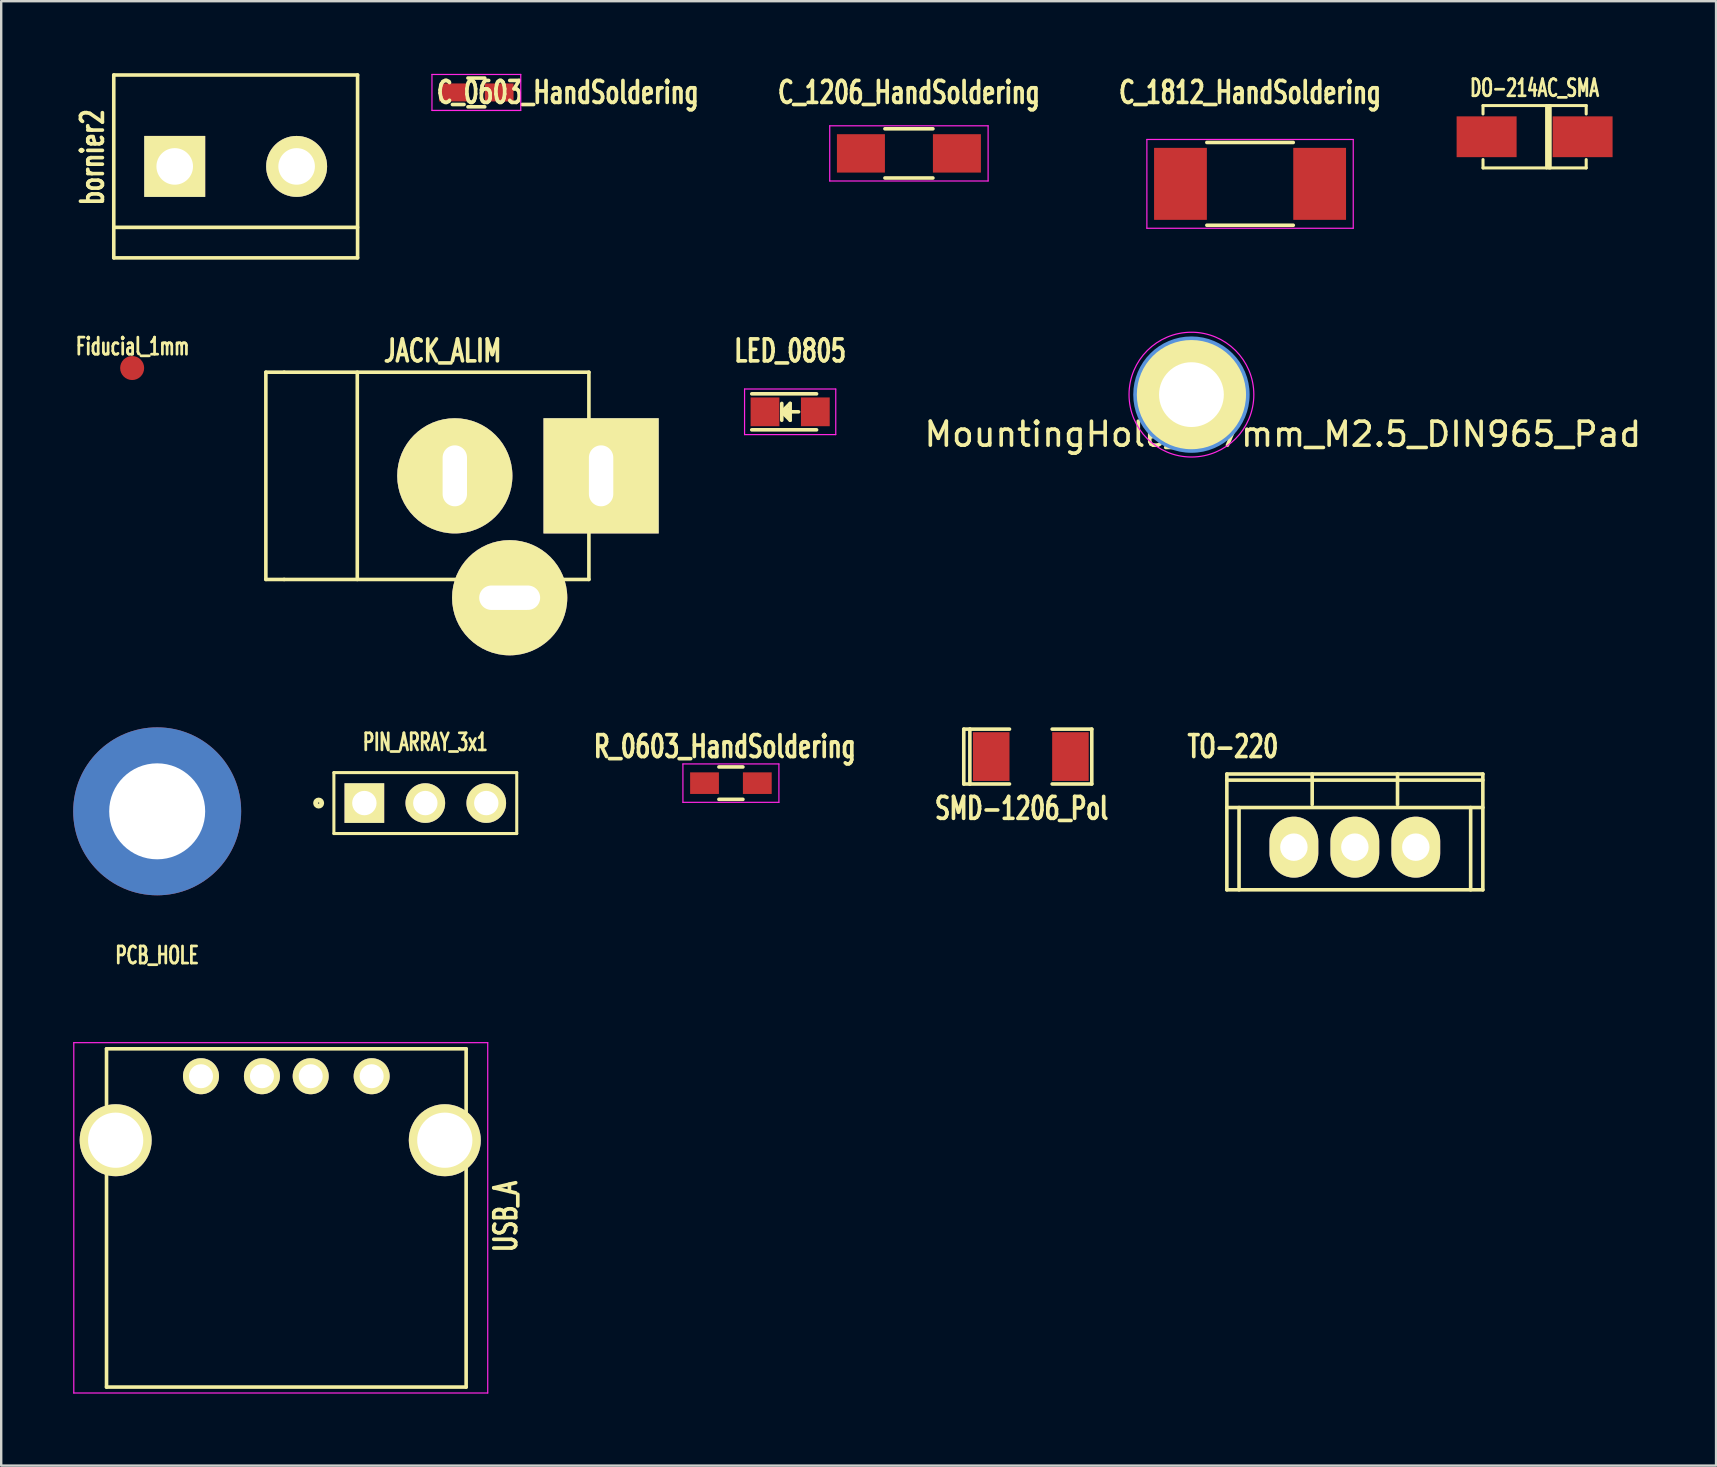
<source format=kicad_pcb>
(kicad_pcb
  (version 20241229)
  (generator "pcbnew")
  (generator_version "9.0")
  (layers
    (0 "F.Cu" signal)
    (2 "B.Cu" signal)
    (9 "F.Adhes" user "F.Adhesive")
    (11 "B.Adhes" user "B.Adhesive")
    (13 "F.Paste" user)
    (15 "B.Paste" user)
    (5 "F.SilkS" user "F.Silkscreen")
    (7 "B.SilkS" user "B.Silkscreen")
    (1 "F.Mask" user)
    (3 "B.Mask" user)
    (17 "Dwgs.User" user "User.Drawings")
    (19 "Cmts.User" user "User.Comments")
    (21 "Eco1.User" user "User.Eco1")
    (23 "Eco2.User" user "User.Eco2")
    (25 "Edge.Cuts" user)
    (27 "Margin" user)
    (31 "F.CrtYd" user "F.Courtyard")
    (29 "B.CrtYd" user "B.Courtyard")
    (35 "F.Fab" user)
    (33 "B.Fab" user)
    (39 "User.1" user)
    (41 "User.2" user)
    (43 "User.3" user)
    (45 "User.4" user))
  (footprint "R_0603_HandSoldering"
    (layer "F.Cu")
    (at 27.409 29.586)
    (property "Reference" "R_0603_HandSoldering" (at -0.254 -1.524 0) (layer "F.SilkS") (effects (font (size 0.914 0.635) (thickness 0.152))))
    (attr smd)
    (fp_line (start -0.5 -0.675) (end 0.5 -0.675) (stroke (width 0.15) (type solid)) (layer "F.SilkS"))
    (fp_line (start 0.5 0.675) (end -0.5 0.675) (stroke (width 0.15) (type solid)) (layer "F.SilkS"))
    (fp_line (start -2 -0.8) (end -2 0.8) (stroke (width 0.05) (type solid)) (layer "F.CrtYd"))
    (fp_line (start -2 -0.8) (end 2 -0.8) (stroke (width 0.05) (type solid)) (layer "F.CrtYd"))
    (fp_line (start -2 0.8) (end 2 0.8) (stroke (width 0.05) (type solid)) (layer "F.CrtYd"))
    (fp_line (start 2 -0.8) (end 2 0.8) (stroke (width 0.05) (type solid)) (layer "F.CrtYd"))
    (pad "1" smd rect (at -1.1 0) (size 1.2 0.9) (layers "F.Cu" "F.Mask" "F.Paste"))
    (pad "2" smd rect (at 1.1 0) (size 1.2 0.9) (layers "F.Cu" "F.Mask" "F.Paste")))
  (footprint "C_0603_HandSoldering"
    (layer "F.Cu")
    (at 16.801 0.802)
    (property "Reference" "C_0603_HandSoldering" (at 3.81 0 0) (layer "F.SilkS") (effects (font (size 0.914 0.635) (thickness 0.152))))
    (attr smd)
    (fp_line (start -0.35 -0.6) (end 0.35 -0.6) (stroke (width 0.15) (type solid)) (layer "F.SilkS"))
    (fp_line (start 0.35 0.6) (end -0.35 0.6) (stroke (width 0.15) (type solid)) (layer "F.SilkS"))
    (fp_line (start -1.85 -0.75) (end -1.85 0.75) (stroke (width 0.05) (type solid)) (layer "F.CrtYd"))
    (fp_line (start -1.85 -0.75) (end 1.85 -0.75) (stroke (width 0.05) (type solid)) (layer "F.CrtYd"))
    (fp_line (start -1.85 0.75) (end 1.85 0.75) (stroke (width 0.05) (type solid)) (layer "F.CrtYd"))
    (fp_line (start 1.85 -0.75) (end 1.85 0.75) (stroke (width 0.05) (type solid)) (layer "F.CrtYd"))
    (pad "1" smd rect (at -0.95 0) (size 1.2 0.75) (layers "F.Cu" "F.Mask" "F.Paste"))
    (pad "2" smd rect (at 0.95 0) (size 1.2 0.75) (layers "F.Cu" "F.Mask" "F.Paste")))
  (footprint "Fiducial_1mm"
    (layer "F.Cu")
    (at 2.457 12.287)
    (property "Reference" "Fiducial_1mm" (at 0.02 -0.9 0) (layer "F.SilkS") (effects (font (size 0.711 0.457) (thickness 0.114))))
    (attr through_hole)
    (pad "1" smd circle (at 0 0) (size 1 1) (layers "F.Cu" "F.Mask")))
  (footprint "LED_0805"
    (layer "F.Cu")
    (at 29.878 14.112)
    (property "Reference" "LED_0805" (at 0 -2.54 0) (layer "F.SilkS") (effects (font (size 0.914 0.635) (thickness 0.152))))
    (attr smd)
    (fp_line (start -1.6 -0.75) (end 1.1 -0.75) (stroke (width 0.15) (type solid)) (layer "F.SilkS"))
    (fp_line (start -1.6 0.75) (end 1.1 0.75) (stroke (width 0.15) (type solid)) (layer "F.SilkS"))
    (fp_line (start -0.35 -0.35) (end -0.35 0.35) (stroke (width 0.15) (type solid)) (layer "F.SilkS"))
    (fp_line (start -0.35 0) (end 0 -0.35) (stroke (width 0.15) (type solid)) (layer "F.SilkS"))
    (fp_line (start -0.1 -0.1) (end -0.25 0.05) (stroke (width 0.15) (type solid)) (layer "F.SilkS"))
    (fp_line (start -0.1 0.15) (end -0.1 -0.1) (stroke (width 0.15) (type solid)) (layer "F.SilkS"))
    (fp_line (start 0 -0.35) (end 0 0.35) (stroke (width 0.15) (type solid)) (layer "F.SilkS"))
    (fp_line (start 0 0) (end 0.35 0) (stroke (width 0.15) (type solid)) (layer "F.SilkS"))
    (fp_line (start 0 0.35) (end -0.35 0) (stroke (width 0.15) (type solid)) (layer "F.SilkS"))
    (fp_line (start -1.9 -0.95) (end 1.9 -0.95) (stroke (width 0.05) (type solid)) (layer "F.CrtYd"))
    (fp_line (start -1.9 0.95) (end -1.9 -0.95) (stroke (width 0.05) (type solid)) (layer "F.CrtYd"))
    (fp_line (start 1.9 -0.95) (end 1.9 0.95) (stroke (width 0.05) (type solid)) (layer "F.CrtYd"))
    (fp_line (start 1.9 0.95) (end -1.9 0.95) (stroke (width 0.05) (type solid)) (layer "F.CrtYd"))
    (pad "1" smd rect (at -1.049 0 180) (size 1.199 1.199) (layers "F.Cu" "F.Mask" "F.Paste"))
    (pad "2" smd rect (at 1.049 0 180) (size 1.199 1.199) (layers "F.Cu" "F.Mask" "F.Paste")))
  (footprint "DO-214AC_SMA"
    (layer "F.Cu")
    (at 60.901 2.649)
    (property "Reference" "DO-214AC_SMA" (at 0 -2.032 0) (layer "F.SilkS") (effects (font (size 0.711 0.457) (thickness 0.114))))
    (attr through_hole)
    (fp_line (start -2.15 -1.3) (end -2.15 -0.95) (stroke (width 0.127) (type solid)) (layer "F.SilkS"))
    (fp_line (start -2.15 -1.3) (end 2.15 -1.3) (stroke (width 0.127) (type solid)) (layer "F.SilkS"))
    (fp_line (start -2.15 1.3) (end -2.15 0.95) (stroke (width 0.127) (type solid)) (layer "F.SilkS"))
    (fp_line (start 0.5 1.3) (end 0.5 -1.3) (stroke (width 0.127) (type solid)) (layer "F.SilkS"))
    (fp_line (start 0.6 -1.3) (end 0.6 1.3) (stroke (width 0.127) (type solid)) (layer "F.SilkS"))
    (fp_line (start 0.65 -1.3) (end 0.65 1.3) (stroke (width 0.127) (type solid)) (layer "F.SilkS"))
    (fp_line (start 2.15 -1.3) (end 2.15 -0.95) (stroke (width 0.127) (type solid)) (layer "F.SilkS"))
    (fp_line (start 2.15 1.3) (end -2.15 1.3) (stroke (width 0.127) (type solid)) (layer "F.SilkS"))
    (fp_line (start 2.15 1.3) (end 2.15 0.95) (stroke (width 0.127) (type solid)) (layer "F.SilkS"))
    (pad "1" smd rect (at -2 0) (size 2.5 1.7) (layers "F.Cu" "F.Mask" "F.Paste"))
    (pad "2" smd rect (at 2 0) (size 2.5 1.7) (layers "F.Cu" "F.Mask" "F.Paste")))
  (footprint "USB_A"
    (layer "F.Cu")
    (at 5.325 41.801)
    (property "Reference" "USB_A" (at 12.7 5.842 90) (layer "F.SilkS") (effects (font (size 0.914 0.635) (thickness 0.152))))
    (attr through_hole)
    (fp_line (start -3.936 12.952) (end -3.936 -1.145) (stroke (width 0.15) (type solid)) (layer "F.SilkS"))
    (fp_line (start 11.05 -1.145) (end -3.936 -1.145) (stroke (width 0.15) (type solid)) (layer "F.SilkS"))
    (fp_line (start 11.05 -1.145) (end 11.05 12.952) (stroke (width 0.15) (type solid)) (layer "F.SilkS"))
    (fp_line (start 11.05 12.952) (end -3.936 12.952) (stroke (width 0.15) (type solid)) (layer "F.SilkS"))
    (fp_line (start -5.3 -1.4) (end 11.95 -1.4) (stroke (width 0.05) (type solid)) (layer "F.CrtYd"))
    (fp_line (start -5.3 13.2) (end -5.3 -1.4) (stroke (width 0.05) (type solid)) (layer "F.CrtYd"))
    (fp_line (start -5.3 13.2) (end 11.95 13.2) (stroke (width 0.05) (type solid)) (layer "F.CrtYd"))
    (fp_line (start 11.95 -1.4) (end 11.95 13.2) (stroke (width 0.05) (type solid)) (layer "F.CrtYd"))
    (pad "1" thru_hole circle (at 0.001 -0.002 270) (size 1.501 1.501) (drill 1.001) (layers "*.Cu" "*.Mask" "F.SilkS"))
    (pad "2" thru_hole circle (at 2.541 -0.002 270) (size 1.501 1.501) (drill 1.001) (layers "*.Cu" "*.Mask" "F.SilkS"))
    (pad "3" thru_hole circle (at 4.573 -0.002 270) (size 1.501 1.501) (drill 1.001) (layers "*.Cu" "*.Mask" "F.SilkS"))
    (pad "4" thru_hole circle (at 7.113 -0.002 270) (size 1.501 1.501) (drill 1.001) (layers "*.Cu" "*.Mask" "F.SilkS"))
    (pad "5" thru_hole circle (at -3.555 2.665 270) (size 3 3) (drill 2.301) (layers "*.Cu" "*.Mask" "F.SilkS"))
    (pad "5" thru_hole circle (at 10.161 2.665 270) (size 3 3) (drill 2.301) (layers "*.Cu" "*.Mask" "F.SilkS")))
  (footprint "TO-220"
    (layer "F.Cu")
    (at 53.41 32.253)
    (property "Reference" "TO-220" (at -5.08 -4.191 0) (layer "F.SilkS") (effects (font (size 0.914 0.635) (thickness 0.152))))
    (attr through_hole)
    (fp_line (start -5.334 -3.048) (end -5.334 1.778) (stroke (width 0.15) (type solid)) (layer "F.SilkS"))
    (fp_line (start -5.334 -1.651) (end 5.334 -1.651) (stroke (width 0.15) (type solid)) (layer "F.SilkS"))
    (fp_line (start -4.826 -1.651) (end -4.826 1.778) (stroke (width 0.15) (type solid)) (layer "F.SilkS"))
    (fp_line (start -1.778 -1.778) (end -1.778 -3.048) (stroke (width 0.15) (type solid)) (layer "F.SilkS"))
    (fp_line (start 1.778 -1.778) (end 1.778 -3.048) (stroke (width 0.15) (type solid)) (layer "F.SilkS"))
    (fp_line (start 4.826 -1.651) (end 4.826 1.778) (stroke (width 0.15) (type solid)) (layer "F.SilkS"))
    (fp_line (start 5.334 -3.048) (end -5.334 -3.048) (stroke (width 0.15) (type solid)) (layer "F.SilkS"))
    (fp_line (start 5.334 -3.048) (end 5.334 1.778) (stroke (width 0.15) (type solid)) (layer "F.SilkS"))
    (fp_line (start 5.334 -2.794) (end -5.334 -2.794) (stroke (width 0.15) (type solid)) (layer "F.SilkS"))
    (fp_line (start 5.334 1.778) (end -5.334 1.778) (stroke (width 0.15) (type solid)) (layer "F.SilkS"))
    (pad "1" thru_hole oval (at -2.54 0) (size 2.032 2.54) (drill 1.143) (layers "*.Cu" "*.Mask" "F.SilkS"))
    (pad "2" thru_hole oval (at 0 0) (size 2.032 2.54) (drill 1.143) (layers "*.Cu" "*.Mask" "F.SilkS"))
    (pad "3" thru_hole oval (at 2.54 0) (size 2.032 2.54) (drill 1.143) (layers "*.Cu" "*.Mask" "F.SilkS")))
  (footprint "JACK_ALIM"
    (layer "F.Cu")
    (at 15.903 16.779)
    (property "Reference" "JACK_ALIM" (at -0.508 -5.207 0) (layer "F.SilkS") (effects (font (size 0.914 0.635) (thickness 0.152))))
    (attr through_hole)
    (fp_line (start -7.874 -4.318) (end -7.874 4.318) (stroke (width 0.15) (type solid)) (layer "F.SilkS"))
    (fp_line (start -7.874 4.318) (end -7.112 4.318) (stroke (width 0.15) (type solid)) (layer "F.SilkS"))
    (fp_line (start -7.112 -4.318) (end -7.874 -4.318) (stroke (width 0.15) (type solid)) (layer "F.SilkS"))
    (fp_line (start -7.112 -4.318) (end 5.588 -4.318) (stroke (width 0.15) (type solid)) (layer "F.SilkS"))
    (fp_line (start -7.112 4.318) (end 5.588 4.318) (stroke (width 0.15) (type solid)) (layer "F.SilkS"))
    (fp_line (start -4.064 -4.318) (end -4.064 4.318) (stroke (width 0.15) (type solid)) (layer "F.SilkS"))
    (fp_line (start 5.588 -4.318) (end 5.588 4.318) (stroke (width 0.15) (type solid)) (layer "F.SilkS"))
    (pad "1" thru_hole rect (at 6.096 0) (size 4.801 4.801) (drill oval 1.016 2.54) (layers "*.Cu" "*.Mask" "F.SilkS"))
    (pad "2" thru_hole circle (at 0 0) (size 4.801 4.801) (drill oval 1.016 2.54) (layers "*.Cu" "*.Mask" "F.SilkS"))
    (pad "3" thru_hole circle (at 2.286 5.08) (size 4.801 4.801) (drill oval 2.54 1.016) (layers "*.Cu" "*.Mask" "F.SilkS")))
  (footprint "bornier2"
    (layer "F.Cu")
    (at 6.771 3.885)
    (property "Reference" "bornier2" (at -5.969 -0.381 90) (layer "F.SilkS") (effects (font (size 0.914 0.635) (thickness 0.152))))
    (attr through_hole)
    (fp_line (start -5.08 -3.81) (end -5.08 3.81) (stroke (width 0.15) (type solid)) (layer "F.SilkS"))
    (fp_line (start -5.08 3.81) (end 5.08 3.81) (stroke (width 0.15) (type solid)) (layer "F.SilkS"))
    (fp_line (start 5.08 -3.81) (end -5.08 -3.81) (stroke (width 0.15) (type solid)) (layer "F.SilkS"))
    (fp_line (start 5.08 2.54) (end -5.08 2.54) (stroke (width 0.15) (type solid)) (layer "F.SilkS"))
    (fp_line (start 5.08 3.81) (end 5.08 -3.81) (stroke (width 0.15) (type solid)) (layer "F.SilkS"))
    (pad "1" thru_hole rect (at -2.54 0) (size 2.54 2.54) (drill 1.524) (layers "*.Cu" "*.Mask" "F.SilkS"))
    (pad "2" thru_hole circle (at 2.54 0) (size 2.54 2.54) (drill 1.524) (layers "*.Cu" "*.Mask" "F.SilkS")))
  (footprint "MountingHole_2.7mm_M2.5_DIN965_Pad"
    (layer "F.Cu")
    (at 46.6 13.395)
    (property "Reference" "MountingHole_2.7mm_M2.5_DIN965_Pad" (at 3.81 1.651 0) (layer "F.SilkS") (effects (font (size 1 1) (thickness 0.15))))
    (attr through_hole)
    (fp_circle (center 0 0) (end 2.35 0) (stroke (width 0.15) (type solid)) (fill no) (layer "Cmts.User"))
    (fp_circle (center 0 0) (end 2.6 0) (stroke (width 0.05) (type solid)) (fill no) (layer "F.CrtYd"))
    (pad "1" thru_hole circle (at 0 0) (size 4.7 4.7) (drill 2.7) (layers "*.Cu" "*.Mask" "F.SilkS")))
  (footprint "SMD-1206_Pol"
    (layer "F.Cu")
    (at 39.907 28.478)
    (property "Reference" "SMD-1206_Pol" (at -0.381 2.159 0) (layer "F.SilkS") (effects (font (size 0.914 0.635) (thickness 0.152))))
    (attr smd)
    (fp_line (start -2.794 -1.143) (end -2.794 1.143) (stroke (width 0.15) (type solid)) (layer "F.SilkS"))
    (fp_line (start -2.794 1.143) (end -2.54 1.143) (stroke (width 0.15) (type solid)) (layer "F.SilkS"))
    (fp_line (start -2.54 -1.143) (end -2.794 -1.143) (stroke (width 0.15) (type solid)) (layer "F.SilkS"))
    (fp_line (start -2.54 -1.143) (end -2.54 1.143) (stroke (width 0.15) (type solid)) (layer "F.SilkS"))
    (fp_line (start -2.54 1.143) (end -0.889 1.143) (stroke (width 0.15) (type solid)) (layer "F.SilkS"))
    (fp_line (start -0.889 -1.143) (end -2.54 -1.143) (stroke (width 0.15) (type solid)) (layer "F.SilkS"))
    (fp_line (start 0.889 -1.143) (end 2.54 -1.143) (stroke (width 0.15) (type solid)) (layer "F.SilkS"))
    (fp_line (start 2.54 -1.143) (end 2.54 1.143) (stroke (width 0.15) (type solid)) (layer "F.SilkS"))
    (fp_line (start 2.54 1.143) (end 0.889 1.143) (stroke (width 0.15) (type solid)) (layer "F.SilkS"))
    (pad "1" smd rect (at -1.651 0) (size 1.524 2.032) (layers "F.Cu" "F.Mask" "F.Paste"))
    (pad "2" smd rect (at 1.651 0) (size 1.524 2.032) (layers "F.Cu" "F.Mask" "F.Paste")))
  (footprint "C_1206_HandSoldering"
    (layer "F.Cu")
    (at 34.827 3.342)
    (property "Reference" "C_1206_HandSoldering" (at 0 -2.54 0) (layer "F.SilkS") (effects (font (size 0.914 0.635) (thickness 0.152))))
    (attr smd)
    (fp_line (start -1 1.025) (end 1 1.025) (stroke (width 0.15) (type solid)) (layer "F.SilkS"))
    (fp_line (start 1 -1.025) (end -1 -1.025) (stroke (width 0.15) (type solid)) (layer "F.SilkS"))
    (fp_line (start -3.3 -1.15) (end -3.3 1.15) (stroke (width 0.05) (type solid)) (layer "F.CrtYd"))
    (fp_line (start -3.3 -1.15) (end 3.3 -1.15) (stroke (width 0.05) (type solid)) (layer "F.CrtYd"))
    (fp_line (start -3.3 1.15) (end 3.3 1.15) (stroke (width 0.05) (type solid)) (layer "F.CrtYd"))
    (fp_line (start 3.3 -1.15) (end 3.3 1.15) (stroke (width 0.05) (type solid)) (layer "F.CrtYd"))
    (pad "1" smd rect (at -2 0) (size 2 1.6) (layers "F.Cu" "F.Mask" "F.Paste"))
    (pad "2" smd rect (at 2 0) (size 2 1.6) (layers "F.Cu" "F.Mask" "F.Paste")))
  (footprint "C_1812_HandSoldering"
    (layer "F.Cu")
    (at 49.043 4.612)
    (property "Reference" "C_1812_HandSoldering" (at 0 -3.81 0) (layer "F.SilkS") (effects (font (size 0.914 0.635) (thickness 0.152))))
    (attr smd)
    (fp_line (start -1.8 1.725) (end 1.8 1.725) (stroke (width 0.15) (type solid)) (layer "F.SilkS"))
    (fp_line (start 1.8 -1.725) (end -1.8 -1.725) (stroke (width 0.15) (type solid)) (layer "F.SilkS"))
    (fp_line (start -4.3 -1.85) (end -4.3 1.85) (stroke (width 0.05) (type solid)) (layer "F.CrtYd"))
    (fp_line (start -4.3 -1.85) (end 4.3 -1.85) (stroke (width 0.05) (type solid)) (layer "F.CrtYd"))
    (fp_line (start -4.3 1.85) (end 4.3 1.85) (stroke (width 0.05) (type solid)) (layer "F.CrtYd"))
    (fp_line (start 4.3 -1.85) (end 4.3 1.85) (stroke (width 0.05) (type solid)) (layer "F.CrtYd"))
    (pad "1" smd rect (at -2.9 0) (size 2.2 3) (layers "F.Cu" "F.Mask" "F.Paste"))
    (pad "2" smd rect (at 2.9 0) (size 2.2 3) (layers "F.Cu" "F.Mask" "F.Paste")))
  (footprint "PCB_HOLE"
    (layer "F.Cu")
    (at 3.5 30.76)
    (property "Reference" "PCB_HOLE" (at 0 6 0) (layer "F.SilkS") (effects (font (size 0.711 0.457) (thickness 0.114))))
    (attr through_hole)
    (pad "1" thru_hole circle (at 0 0) (size 7 7) (drill 4) (layers "*.Cu" "*.Mask")))
  (footprint "PIN_ARRAY_3x1"
    (layer "F.Cu")
    (at 14.674 30.416)
    (property "Reference" "PIN_ARRAY_3x1" (at 0 -2.54 0) (layer "F.SilkS") (effects (font (size 0.711 0.457) (thickness 0.114))))
    (attr through_hole)
    (fp_line (start -3.81 -1.27) (end 3.81 -1.27) (stroke (width 0.127) (type solid)) (layer "F.SilkS"))
    (fp_line (start -3.81 1.27) (end -3.81 -1.27) (stroke (width 0.127) (type solid)) (layer "F.SilkS"))
    (fp_line (start 3.81 -1.27) (end 3.81 1.27) (stroke (width 0.127) (type solid)) (layer "F.SilkS"))
    (fp_line (start 3.81 1.27) (end -3.81 1.27) (stroke (width 0.127) (type solid)) (layer "F.SilkS"))
    (fp_circle (center -4.445 0) (end -4.445 -0.127) (stroke (width 0.203) (type solid)) (fill no) (layer "F.SilkS"))
    (pad "1" thru_hole rect (at -2.54 0) (size 1.651 1.651) (drill 1.016) (layers "*.Cu" "*.Mask" "F.SilkS"))
    (pad "2" thru_hole circle (at 0 0) (size 1.651 1.651) (drill 1.016) (layers "*.Cu" "*.Mask" "F.SilkS"))
    (pad "3" thru_hole circle (at 2.54 0) (size 1.651 1.651) (drill 1.016) (layers "*.Cu" "*.Mask" "F.SilkS")))
  (gr_rect
    (start -3 -3)
    (end 68.463 58.026)
    (stroke (width 0.1) (type default))
    (fill no)
    (layer "Edge.Cuts")))
</source>
